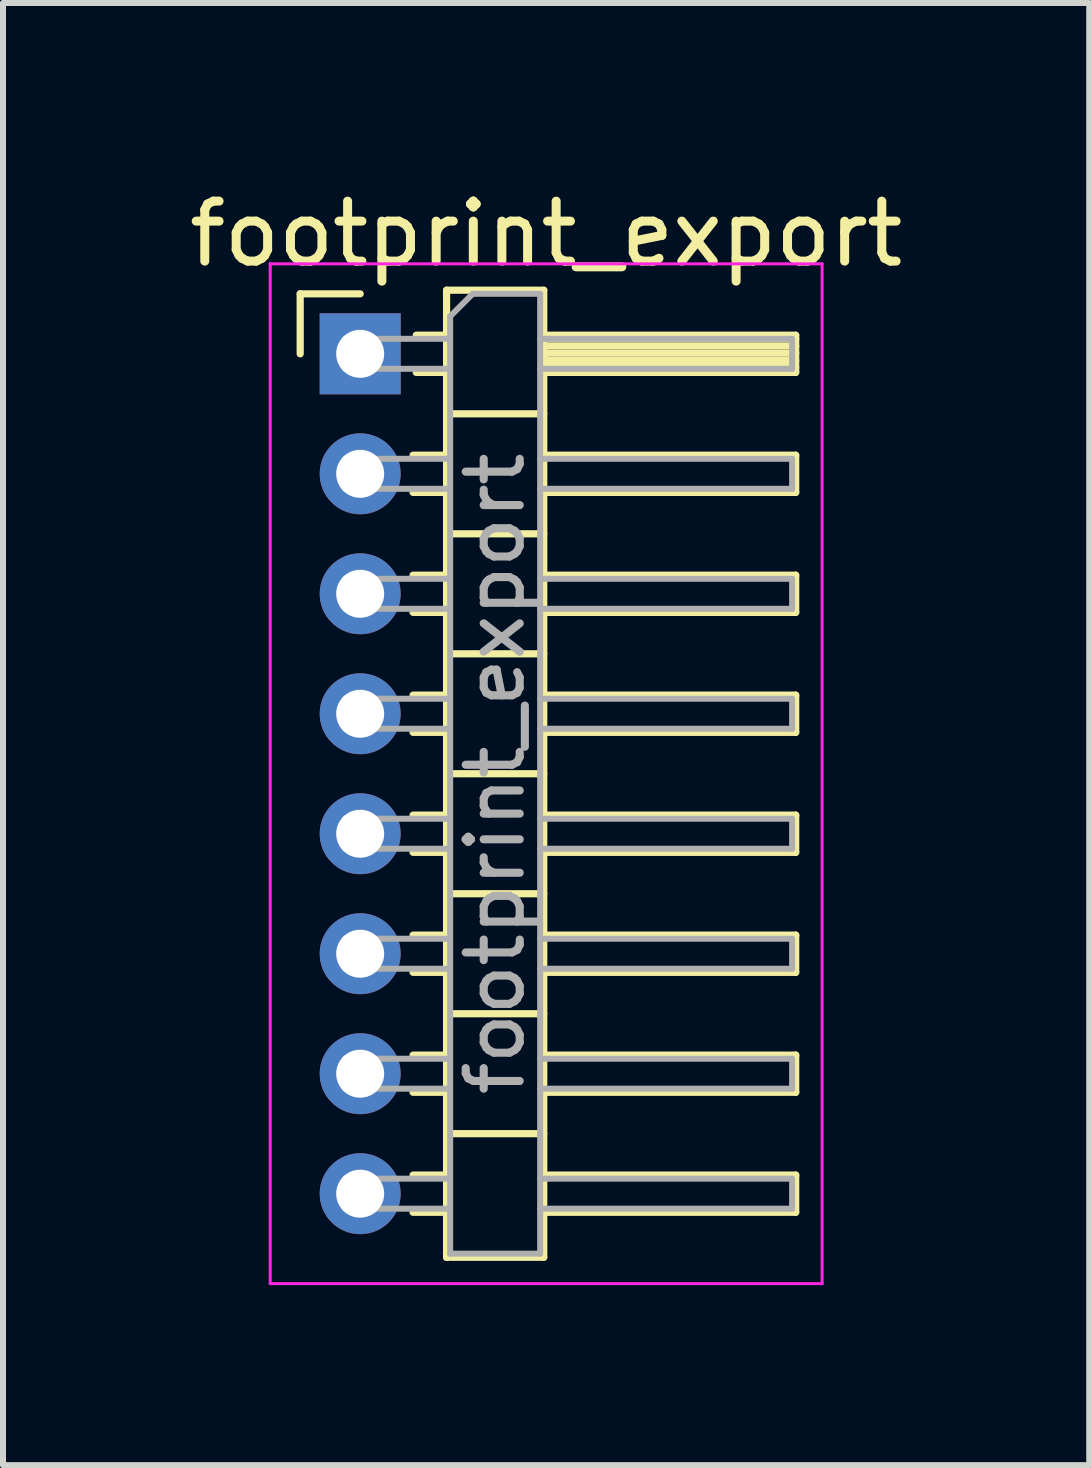
<source format=kicad_pcb>
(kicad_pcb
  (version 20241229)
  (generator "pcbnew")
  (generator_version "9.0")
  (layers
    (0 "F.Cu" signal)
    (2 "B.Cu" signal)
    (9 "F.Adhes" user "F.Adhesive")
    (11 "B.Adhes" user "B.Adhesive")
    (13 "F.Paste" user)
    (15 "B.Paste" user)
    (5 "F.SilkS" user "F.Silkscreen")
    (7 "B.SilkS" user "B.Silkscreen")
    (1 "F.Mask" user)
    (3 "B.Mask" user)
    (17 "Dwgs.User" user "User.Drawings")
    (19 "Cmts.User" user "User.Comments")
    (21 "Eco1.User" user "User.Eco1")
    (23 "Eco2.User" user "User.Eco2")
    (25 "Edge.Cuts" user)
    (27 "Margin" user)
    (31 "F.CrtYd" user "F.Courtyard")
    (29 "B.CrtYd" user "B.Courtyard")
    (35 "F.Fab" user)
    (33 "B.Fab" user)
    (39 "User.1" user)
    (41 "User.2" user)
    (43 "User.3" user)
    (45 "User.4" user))
  (footprint "footprint_export"
    (layer "F.Cu")
    (at 2.954 2.848)
    (property "Reference" "footprint_export" (at 3.1 -2 0) (layer "F.SilkS") (effects (font (size 1 1) (thickness 0.15))))
    (attr through_hole)
    (fp_line (start -1 -1) (end 0 -1) (stroke (width 0.12) (type solid)) (layer "F.SilkS"))
    (fp_line (start -1 0) (end -1 -1) (stroke (width 0.12) (type solid)) (layer "F.SilkS"))
    (fp_line (start 0.882 1.69) (end 1.44 1.69) (stroke (width 0.12) (type solid)) (layer "F.SilkS"))
    (fp_line (start 0.882 2.31) (end 1.44 2.31) (stroke (width 0.12) (type solid)) (layer "F.SilkS"))
    (fp_line (start 0.882 3.69) (end 1.44 3.69) (stroke (width 0.12) (type solid)) (layer "F.SilkS"))
    (fp_line (start 0.882 4.31) (end 1.44 4.31) (stroke (width 0.12) (type solid)) (layer "F.SilkS"))
    (fp_line (start 0.882 5.69) (end 1.44 5.69) (stroke (width 0.12) (type solid)) (layer "F.SilkS"))
    (fp_line (start 0.882 6.31) (end 1.44 6.31) (stroke (width 0.12) (type solid)) (layer "F.SilkS"))
    (fp_line (start 0.882 7.69) (end 1.44 7.69) (stroke (width 0.12) (type solid)) (layer "F.SilkS"))
    (fp_line (start 0.882 8.31) (end 1.44 8.31) (stroke (width 0.12) (type solid)) (layer "F.SilkS"))
    (fp_line (start 0.882 9.69) (end 1.44 9.69) (stroke (width 0.12) (type solid)) (layer "F.SilkS"))
    (fp_line (start 0.882 10.31) (end 1.44 10.31) (stroke (width 0.12) (type solid)) (layer "F.SilkS"))
    (fp_line (start 0.882 11.69) (end 1.44 11.69) (stroke (width 0.12) (type solid)) (layer "F.SilkS"))
    (fp_line (start 0.882 12.31) (end 1.44 12.31) (stroke (width 0.12) (type solid)) (layer "F.SilkS"))
    (fp_line (start 0.882 13.69) (end 1.44 13.69) (stroke (width 0.12) (type solid)) (layer "F.SilkS"))
    (fp_line (start 0.882 14.31) (end 1.44 14.31) (stroke (width 0.12) (type solid)) (layer "F.SilkS"))
    (fp_line (start 0.935 -0.31) (end 1.44 -0.31) (stroke (width 0.12) (type solid)) (layer "F.SilkS"))
    (fp_line (start 0.935 0.31) (end 1.44 0.31) (stroke (width 0.12) (type solid)) (layer "F.SilkS"))
    (fp_line (start 1.44 -1.06) (end 1.44 15.06) (stroke (width 0.12) (type solid)) (layer "F.SilkS"))
    (fp_line (start 1.44 1) (end 3.06 1) (stroke (width 0.12) (type solid)) (layer "F.SilkS"))
    (fp_line (start 1.44 3) (end 3.06 3) (stroke (width 0.12) (type solid)) (layer "F.SilkS"))
    (fp_line (start 1.44 5) (end 3.06 5) (stroke (width 0.12) (type solid)) (layer "F.SilkS"))
    (fp_line (start 1.44 7) (end 3.06 7) (stroke (width 0.12) (type solid)) (layer "F.SilkS"))
    (fp_line (start 1.44 9) (end 3.06 9) (stroke (width 0.12) (type solid)) (layer "F.SilkS"))
    (fp_line (start 1.44 11) (end 3.06 11) (stroke (width 0.12) (type solid)) (layer "F.SilkS"))
    (fp_line (start 1.44 13) (end 3.06 13) (stroke (width 0.12) (type solid)) (layer "F.SilkS"))
    (fp_line (start 1.44 15.06) (end 3.06 15.06) (stroke (width 0.12) (type solid)) (layer "F.SilkS"))
    (fp_line (start 3.06 -1.06) (end 1.44 -1.06) (stroke (width 0.12) (type solid)) (layer "F.SilkS"))
    (fp_line (start 3.06 -0.31) (end 7.26 -0.31) (stroke (width 0.12) (type solid)) (layer "F.SilkS"))
    (fp_line (start 3.06 -0.25) (end 7.26 -0.25) (stroke (width 0.12) (type solid)) (layer "F.SilkS"))
    (fp_line (start 3.06 -0.13) (end 7.26 -0.13) (stroke (width 0.12) (type solid)) (layer "F.SilkS"))
    (fp_line (start 3.06 -0.01) (end 7.26 -0.01) (stroke (width 0.12) (type solid)) (layer "F.SilkS"))
    (fp_line (start 3.06 0.11) (end 7.26 0.11) (stroke (width 0.12) (type solid)) (layer "F.SilkS"))
    (fp_line (start 3.06 0.23) (end 7.26 0.23) (stroke (width 0.12) (type solid)) (layer "F.SilkS"))
    (fp_line (start 3.06 1.69) (end 7.26 1.69) (stroke (width 0.12) (type solid)) (layer "F.SilkS"))
    (fp_line (start 3.06 3.69) (end 7.26 3.69) (stroke (width 0.12) (type solid)) (layer "F.SilkS"))
    (fp_line (start 3.06 5.69) (end 7.26 5.69) (stroke (width 0.12) (type solid)) (layer "F.SilkS"))
    (fp_line (start 3.06 7.69) (end 7.26 7.69) (stroke (width 0.12) (type solid)) (layer "F.SilkS"))
    (fp_line (start 3.06 9.69) (end 7.26 9.69) (stroke (width 0.12) (type solid)) (layer "F.SilkS"))
    (fp_line (start 3.06 11.69) (end 7.26 11.69) (stroke (width 0.12) (type solid)) (layer "F.SilkS"))
    (fp_line (start 3.06 13.69) (end 7.26 13.69) (stroke (width 0.12) (type solid)) (layer "F.SilkS"))
    (fp_line (start 3.06 15.06) (end 3.06 -1.06) (stroke (width 0.12) (type solid)) (layer "F.SilkS"))
    (fp_line (start 7.26 -0.31) (end 7.26 0.31) (stroke (width 0.12) (type solid)) (layer "F.SilkS"))
    (fp_line (start 7.26 0.31) (end 3.06 0.31) (stroke (width 0.12) (type solid)) (layer "F.SilkS"))
    (fp_line (start 7.26 1.69) (end 7.26 2.31) (stroke (width 0.12) (type solid)) (layer "F.SilkS"))
    (fp_line (start 7.26 2.31) (end 3.06 2.31) (stroke (width 0.12) (type solid)) (layer "F.SilkS"))
    (fp_line (start 7.26 3.69) (end 7.26 4.31) (stroke (width 0.12) (type solid)) (layer "F.SilkS"))
    (fp_line (start 7.26 4.31) (end 3.06 4.31) (stroke (width 0.12) (type solid)) (layer "F.SilkS"))
    (fp_line (start 7.26 5.69) (end 7.26 6.31) (stroke (width 0.12) (type solid)) (layer "F.SilkS"))
    (fp_line (start 7.26 6.31) (end 3.06 6.31) (stroke (width 0.12) (type solid)) (layer "F.SilkS"))
    (fp_line (start 7.26 7.69) (end 7.26 8.31) (stroke (width 0.12) (type solid)) (layer "F.SilkS"))
    (fp_line (start 7.26 8.31) (end 3.06 8.31) (stroke (width 0.12) (type solid)) (layer "F.SilkS"))
    (fp_line (start 7.26 9.69) (end 7.26 10.31) (stroke (width 0.12) (type solid)) (layer "F.SilkS"))
    (fp_line (start 7.26 10.31) (end 3.06 10.31) (stroke (width 0.12) (type solid)) (layer "F.SilkS"))
    (fp_line (start 7.26 11.69) (end 7.26 12.31) (stroke (width 0.12) (type solid)) (layer "F.SilkS"))
    (fp_line (start 7.26 12.31) (end 3.06 12.31) (stroke (width 0.12) (type solid)) (layer "F.SilkS"))
    (fp_line (start 7.26 13.69) (end 7.26 14.31) (stroke (width 0.12) (type solid)) (layer "F.SilkS"))
    (fp_line (start 7.26 14.31) (end 3.06 14.31) (stroke (width 0.12) (type solid)) (layer "F.SilkS"))
    (fp_line (start -1.5 -1.5) (end -1.5 15.5) (stroke (width 0.05) (type solid)) (layer "F.CrtYd"))
    (fp_line (start -1.5 15.5) (end 7.7 15.5) (stroke (width 0.05) (type solid)) (layer "F.CrtYd"))
    (fp_line (start 7.7 -1.5) (end -1.5 -1.5) (stroke (width 0.05) (type solid)) (layer "F.CrtYd"))
    (fp_line (start 7.7 15.5) (end 7.7 -1.5) (stroke (width 0.05) (type solid)) (layer "F.CrtYd"))
    (fp_line (start -0.25 -0.25) (end -0.25 0.25) (stroke (width 0.1) (type solid)) (layer "F.Fab"))
    (fp_line (start -0.25 -0.25) (end 1.5 -0.25) (stroke (width 0.1) (type solid)) (layer "F.Fab"))
    (fp_line (start -0.25 0.25) (end 1.5 0.25) (stroke (width 0.1) (type solid)) (layer "F.Fab"))
    (fp_line (start -0.25 1.75) (end -0.25 2.25) (stroke (width 0.1) (type solid)) (layer "F.Fab"))
    (fp_line (start -0.25 1.75) (end 1.5 1.75) (stroke (width 0.1) (type solid)) (layer "F.Fab"))
    (fp_line (start -0.25 2.25) (end 1.5 2.25) (stroke (width 0.1) (type solid)) (layer "F.Fab"))
    (fp_line (start -0.25 3.75) (end -0.25 4.25) (stroke (width 0.1) (type solid)) (layer "F.Fab"))
    (fp_line (start -0.25 3.75) (end 1.5 3.75) (stroke (width 0.1) (type solid)) (layer "F.Fab"))
    (fp_line (start -0.25 4.25) (end 1.5 4.25) (stroke (width 0.1) (type solid)) (layer "F.Fab"))
    (fp_line (start -0.25 5.75) (end -0.25 6.25) (stroke (width 0.1) (type solid)) (layer "F.Fab"))
    (fp_line (start -0.25 5.75) (end 1.5 5.75) (stroke (width 0.1) (type solid)) (layer "F.Fab"))
    (fp_line (start -0.25 6.25) (end 1.5 6.25) (stroke (width 0.1) (type solid)) (layer "F.Fab"))
    (fp_line (start -0.25 7.75) (end -0.25 8.25) (stroke (width 0.1) (type solid)) (layer "F.Fab"))
    (fp_line (start -0.25 7.75) (end 1.5 7.75) (stroke (width 0.1) (type solid)) (layer "F.Fab"))
    (fp_line (start -0.25 8.25) (end 1.5 8.25) (stroke (width 0.1) (type solid)) (layer "F.Fab"))
    (fp_line (start -0.25 9.75) (end -0.25 10.25) (stroke (width 0.1) (type solid)) (layer "F.Fab"))
    (fp_line (start -0.25 9.75) (end 1.5 9.75) (stroke (width 0.1) (type solid)) (layer "F.Fab"))
    (fp_line (start -0.25 10.25) (end 1.5 10.25) (stroke (width 0.1) (type solid)) (layer "F.Fab"))
    (fp_line (start -0.25 11.75) (end -0.25 12.25) (stroke (width 0.1) (type solid)) (layer "F.Fab"))
    (fp_line (start -0.25 11.75) (end 1.5 11.75) (stroke (width 0.1) (type solid)) (layer "F.Fab"))
    (fp_line (start -0.25 12.25) (end 1.5 12.25) (stroke (width 0.1) (type solid)) (layer "F.Fab"))
    (fp_line (start -0.25 13.75) (end -0.25 14.25) (stroke (width 0.1) (type solid)) (layer "F.Fab"))
    (fp_line (start -0.25 13.75) (end 1.5 13.75) (stroke (width 0.1) (type solid)) (layer "F.Fab"))
    (fp_line (start -0.25 14.25) (end 1.5 14.25) (stroke (width 0.1) (type solid)) (layer "F.Fab"))
    (fp_line (start 1.5 -0.625) (end 1.875 -1) (stroke (width 0.1) (type solid)) (layer "F.Fab"))
    (fp_line (start 1.5 15) (end 1.5 -0.625) (stroke (width 0.1) (type solid)) (layer "F.Fab"))
    (fp_line (start 1.875 -1) (end 3 -1) (stroke (width 0.1) (type solid)) (layer "F.Fab"))
    (fp_line (start 3 -1) (end 3 15) (stroke (width 0.1) (type solid)) (layer "F.Fab"))
    (fp_line (start 3 -0.25) (end 7.2 -0.25) (stroke (width 0.1) (type solid)) (layer "F.Fab"))
    (fp_line (start 3 0.25) (end 7.2 0.25) (stroke (width 0.1) (type solid)) (layer "F.Fab"))
    (fp_line (start 3 1.75) (end 7.2 1.75) (stroke (width 0.1) (type solid)) (layer "F.Fab"))
    (fp_line (start 3 2.25) (end 7.2 2.25) (stroke (width 0.1) (type solid)) (layer "F.Fab"))
    (fp_line (start 3 3.75) (end 7.2 3.75) (stroke (width 0.1) (type solid)) (layer "F.Fab"))
    (fp_line (start 3 4.25) (end 7.2 4.25) (stroke (width 0.1) (type solid)) (layer "F.Fab"))
    (fp_line (start 3 5.75) (end 7.2 5.75) (stroke (width 0.1) (type solid)) (layer "F.Fab"))
    (fp_line (start 3 6.25) (end 7.2 6.25) (stroke (width 0.1) (type solid)) (layer "F.Fab"))
    (fp_line (start 3 7.75) (end 7.2 7.75) (stroke (width 0.1) (type solid)) (layer "F.Fab"))
    (fp_line (start 3 8.25) (end 7.2 8.25) (stroke (width 0.1) (type solid)) (layer "F.Fab"))
    (fp_line (start 3 9.75) (end 7.2 9.75) (stroke (width 0.1) (type solid)) (layer "F.Fab"))
    (fp_line (start 3 10.25) (end 7.2 10.25) (stroke (width 0.1) (type solid)) (layer "F.Fab"))
    (fp_line (start 3 11.75) (end 7.2 11.75) (stroke (width 0.1) (type solid)) (layer "F.Fab"))
    (fp_line (start 3 12.25) (end 7.2 12.25) (stroke (width 0.1) (type solid)) (layer "F.Fab"))
    (fp_line (start 3 13.75) (end 7.2 13.75) (stroke (width 0.1) (type solid)) (layer "F.Fab"))
    (fp_line (start 3 14.25) (end 7.2 14.25) (stroke (width 0.1) (type solid)) (layer "F.Fab"))
    (fp_line (start 3 15) (end 1.5 15) (stroke (width 0.1) (type solid)) (layer "F.Fab"))
    (fp_line (start 7.2 -0.25) (end 7.2 0.25) (stroke (width 0.1) (type solid)) (layer "F.Fab"))
    (fp_line (start 7.2 1.75) (end 7.2 2.25) (stroke (width 0.1) (type solid)) (layer "F.Fab"))
    (fp_line (start 7.2 3.75) (end 7.2 4.25) (stroke (width 0.1) (type solid)) (layer "F.Fab"))
    (fp_line (start 7.2 5.75) (end 7.2 6.25) (stroke (width 0.1) (type solid)) (layer "F.Fab"))
    (fp_line (start 7.2 7.75) (end 7.2 8.25) (stroke (width 0.1) (type solid)) (layer "F.Fab"))
    (fp_line (start 7.2 9.75) (end 7.2 10.25) (stroke (width 0.1) (type solid)) (layer "F.Fab"))
    (fp_line (start 7.2 11.75) (end 7.2 12.25) (stroke (width 0.1) (type solid)) (layer "F.Fab"))
    (fp_line (start 7.2 13.75) (end 7.2 14.25) (stroke (width 0.1) (type solid)) (layer "F.Fab"))
    (fp_text user "${REFERENCE}" (at 2.25 7 90) (layer "F.Fab") (effects (font (size 0.9 0.9) (thickness 0.135))))
    (pad "1" thru_hole rect (at 0 0) (size 1.35 1.35) (drill 0.8) (layers "*.Cu" "*.Mask"))
    (pad "2" thru_hole oval (at 0 2) (size 1.35 1.35) (drill 0.8) (layers "*.Cu" "*.Mask"))
    (pad "3" thru_hole oval (at 0 4) (size 1.35 1.35) (drill 0.8) (layers "*.Cu" "*.Mask"))
    (pad "4" thru_hole oval (at 0 6) (size 1.35 1.35) (drill 0.8) (layers "*.Cu" "*.Mask"))
    (pad "5" thru_hole oval (at 0 8) (size 1.35 1.35) (drill 0.8) (layers "*.Cu" "*.Mask"))
    (pad "6" thru_hole oval (at 0 10) (size 1.35 1.35) (drill 0.8) (layers "*.Cu" "*.Mask"))
    (pad "7" thru_hole oval (at 0 12) (size 1.35 1.35) (drill 0.8) (layers "*.Cu" "*.Mask"))
    (pad "8" thru_hole oval (at 0 14) (size 1.35 1.35) (drill 0.8) (layers "*.Cu" "*.Mask")))
  (gr_rect
    (start -3 -3)
    (end 15.107 21.373)
    (stroke (width 0.1) (type default))
    (fill no)
    (layer "Edge.Cuts")))
</source>
